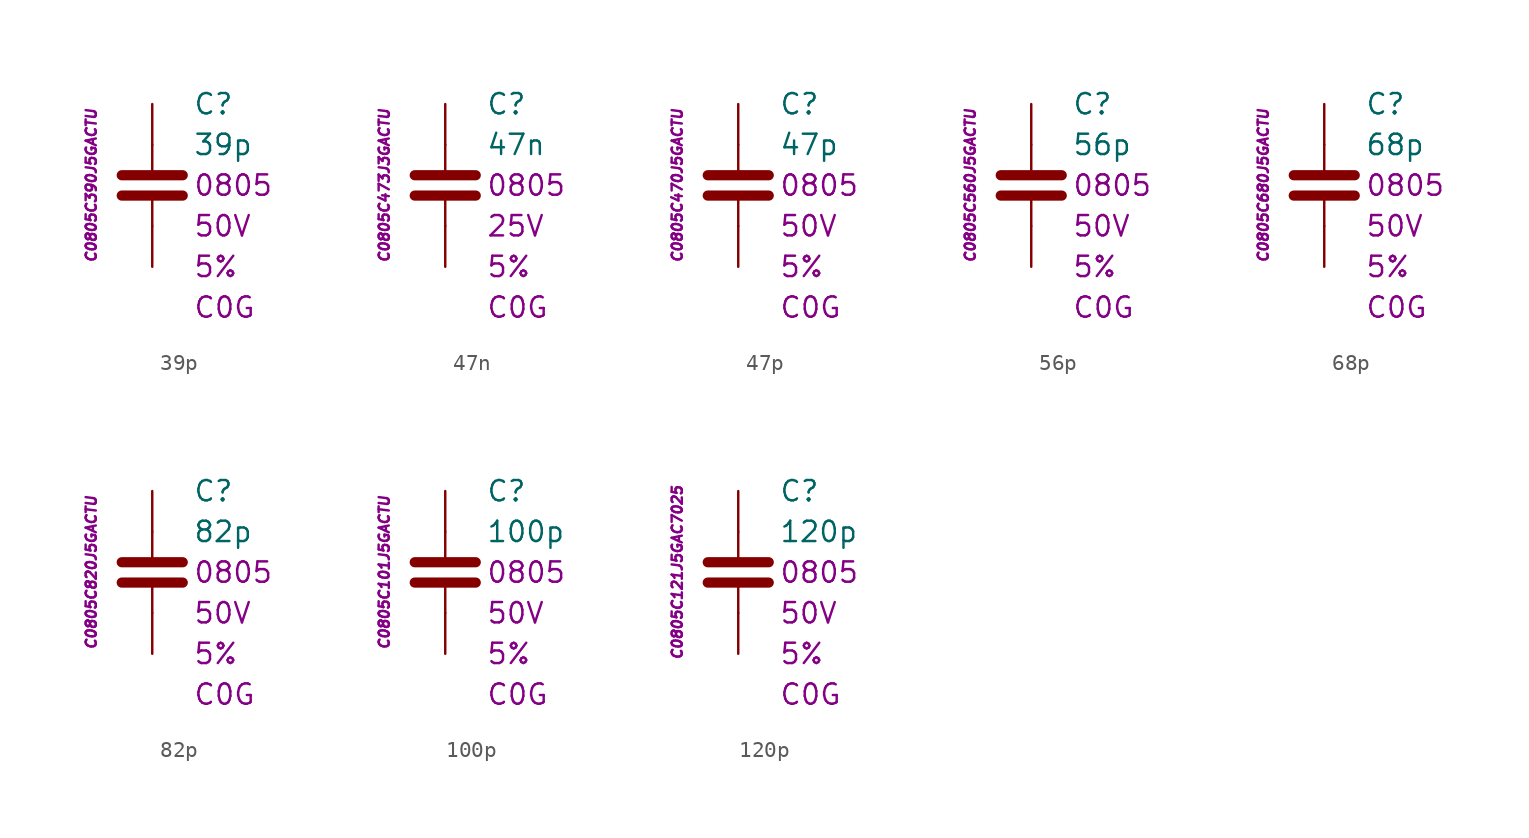
<source format=kicad_sym>
(kicad_symbol_lib
  (version 20201005)
  (generator kicad_symbol_editor)
  (symbol "C.Kemet.MLCC.0805.COG:39p"
    (pin_numbers hide)
    (pin_names
      (offset 1.016) hide)
    (property "Reference" "C"
      (at 2.54 5.08 0)
      (effects (font (size 1.27 1.27)) (justify left)))
    (property "Value" "39p"
      (at 2.54 2.54 0)
      (effects (font (size 1.27 1.27)) (justify left)))
    (property "Package" "0805"
      (at 2.54 0 0)
      (effects (font (size 1.27 1.27)) (justify left)))
    (property "Voltage" "50V"
      (at 2.54 -2.54 0)
      (effects (font (size 1.27 1.27)) (justify left)))
    (property "Tolerance" "5%"
      (at 2.54 -5.08 0)
      (effects (font (size 1.27 1.27)) (justify left)))
    (property "Dielectric" "C0G"
      (at 2.54 -7.62 0)
      (effects (font (size 1.27 1.27)) (justify left)))
    (property "ID" "C0805C390J5GACTU"
      (at -3.81 0 90)
      (effects (font (size 0.635 0.635) italic)))
    (symbol "39p_0_1"
      (polyline (pts (xy -1.905 -0.635) (xy 1.905 -0.635)) (stroke (width 0.635)) (fill (type none)))
      (polyline (pts (xy -1.905 0.635) (xy 1.905 0.635)) (stroke (width 0.635)) (fill (type none)))
      (polyline (pts (xy 0 -2.54) (xy 0 -0.635)) (stroke (width 0.152)) (fill (type none)))
      (polyline (pts (xy 0 0.635) (xy 0 2.54)) (stroke (width 0.152)) (fill (type none))))
    (symbol "39p_1_1"
      (pin passive line (at 0 5.08 270) (length 2.54) (name "~" (effects (font (size 1.778 1.778)))) (number "1" (effects (font (size 1.778 1.778)))))
      (pin passive line (at 0 -5.08 90) (length 2.54) (name "~" (effects (font (size 1.778 1.778)))) (number "2" (effects (font (size 1.778 1.778)))))))
  (symbol "C.Kemet.MLCC.0805.COG:47n"
    (pin_numbers hide)
    (pin_names
      (offset 1.016) hide)
    (property "Reference" "C"
      (at 2.54 5.08 0)
      (effects (font (size 1.27 1.27)) (justify left)))
    (property "Value" "47n"
      (at 2.54 2.54 0)
      (effects (font (size 1.27 1.27)) (justify left)))
    (property "Package" "0805"
      (at 2.54 0 0)
      (effects (font (size 1.27 1.27)) (justify left)))
    (property "Voltage" "25V"
      (at 2.54 -2.54 0)
      (effects (font (size 1.27 1.27)) (justify left)))
    (property "Tolerance" "5%"
      (at 2.54 -5.08 0)
      (effects (font (size 1.27 1.27)) (justify left)))
    (property "Dielectric" "C0G"
      (at 2.54 -7.62 0)
      (effects (font (size 1.27 1.27)) (justify left)))
    (property "ID" "C0805C473J3GACTU"
      (at -3.81 0 90)
      (effects (font (size 0.635 0.635) italic)))
    (symbol "47n_0_1"
      (polyline (pts (xy -1.905 -0.635) (xy 1.905 -0.635)) (stroke (width 0.635)) (fill (type none)))
      (polyline (pts (xy -1.905 0.635) (xy 1.905 0.635)) (stroke (width 0.635)) (fill (type none)))
      (polyline (pts (xy 0 -2.54) (xy 0 -0.635)) (stroke (width 0.152)) (fill (type none)))
      (polyline (pts (xy 0 0.635) (xy 0 2.54)) (stroke (width 0.152)) (fill (type none))))
    (symbol "47n_1_1"
      (pin passive line (at 0 5.08 270) (length 2.54) (name "~" (effects (font (size 1.778 1.778)))) (number "1" (effects (font (size 1.778 1.778)))))
      (pin passive line (at 0 -5.08 90) (length 2.54) (name "~" (effects (font (size 1.778 1.778)))) (number "2" (effects (font (size 1.778 1.778)))))))
  (symbol "C.Kemet.MLCC.0805.COG:47p"
    (pin_numbers hide)
    (pin_names
      (offset 1.016) hide)
    (property "Reference" "C"
      (at 2.54 5.08 0)
      (effects (font (size 1.27 1.27)) (justify left)))
    (property "Value" "47p"
      (at 2.54 2.54 0)
      (effects (font (size 1.27 1.27)) (justify left)))
    (property "Package" "0805"
      (at 2.54 0 0)
      (effects (font (size 1.27 1.27)) (justify left)))
    (property "Voltage" "50V"
      (at 2.54 -2.54 0)
      (effects (font (size 1.27 1.27)) (justify left)))
    (property "Tolerance" "5%"
      (at 2.54 -5.08 0)
      (effects (font (size 1.27 1.27)) (justify left)))
    (property "Dielectric" "C0G"
      (at 2.54 -7.62 0)
      (effects (font (size 1.27 1.27)) (justify left)))
    (property "ID" "C0805C470J5GACTU"
      (at -3.81 0 90)
      (effects (font (size 0.635 0.635) italic)))
    (symbol "47p_0_1"
      (polyline (pts (xy -1.905 -0.635) (xy 1.905 -0.635)) (stroke (width 0.635)) (fill (type none)))
      (polyline (pts (xy -1.905 0.635) (xy 1.905 0.635)) (stroke (width 0.635)) (fill (type none)))
      (polyline (pts (xy 0 -2.54) (xy 0 -0.635)) (stroke (width 0.152)) (fill (type none)))
      (polyline (pts (xy 0 0.635) (xy 0 2.54)) (stroke (width 0.152)) (fill (type none))))
    (symbol "47p_1_1"
      (pin passive line (at 0 5.08 270) (length 2.54) (name "~" (effects (font (size 1.778 1.778)))) (number "1" (effects (font (size 1.778 1.778)))))
      (pin passive line (at 0 -5.08 90) (length 2.54) (name "~" (effects (font (size 1.778 1.778)))) (number "2" (effects (font (size 1.778 1.778)))))))
  (symbol "C.Kemet.MLCC.0805.COG:56p"
    (pin_numbers hide)
    (pin_names
      (offset 1.016) hide)
    (property "Reference" "C"
      (at 2.54 5.08 0)
      (effects (font (size 1.27 1.27)) (justify left)))
    (property "Value" "56p"
      (at 2.54 2.54 0)
      (effects (font (size 1.27 1.27)) (justify left)))
    (property "Package" "0805"
      (at 2.54 0 0)
      (effects (font (size 1.27 1.27)) (justify left)))
    (property "Voltage" "50V"
      (at 2.54 -2.54 0)
      (effects (font (size 1.27 1.27)) (justify left)))
    (property "Tolerance" "5%"
      (at 2.54 -5.08 0)
      (effects (font (size 1.27 1.27)) (justify left)))
    (property "Dielectric" "C0G"
      (at 2.54 -7.62 0)
      (effects (font (size 1.27 1.27)) (justify left)))
    (property "ID" "C0805C560J5GACTU"
      (at -3.81 0 90)
      (effects (font (size 0.635 0.635) italic)))
    (symbol "56p_0_1"
      (polyline (pts (xy -1.905 -0.635) (xy 1.905 -0.635)) (stroke (width 0.635)) (fill (type none)))
      (polyline (pts (xy -1.905 0.635) (xy 1.905 0.635)) (stroke (width 0.635)) (fill (type none)))
      (polyline (pts (xy 0 -2.54) (xy 0 -0.635)) (stroke (width 0.152)) (fill (type none)))
      (polyline (pts (xy 0 0.635) (xy 0 2.54)) (stroke (width 0.152)) (fill (type none))))
    (symbol "56p_1_1"
      (pin passive line (at 0 5.08 270) (length 2.54) (name "~" (effects (font (size 1.778 1.778)))) (number "1" (effects (font (size 1.778 1.778)))))
      (pin passive line (at 0 -5.08 90) (length 2.54) (name "~" (effects (font (size 1.778 1.778)))) (number "2" (effects (font (size 1.778 1.778)))))))
  (symbol "C.Kemet.MLCC.0805.COG:68p"
    (pin_numbers hide)
    (pin_names
      (offset 1.016) hide)
    (property "Reference" "C"
      (at 2.54 5.08 0)
      (effects (font (size 1.27 1.27)) (justify left)))
    (property "Value" "68p"
      (at 2.54 2.54 0)
      (effects (font (size 1.27 1.27)) (justify left)))
    (property "Package" "0805"
      (at 2.54 0 0)
      (effects (font (size 1.27 1.27)) (justify left)))
    (property "Voltage" "50V"
      (at 2.54 -2.54 0)
      (effects (font (size 1.27 1.27)) (justify left)))
    (property "Tolerance" "5%"
      (at 2.54 -5.08 0)
      (effects (font (size 1.27 1.27)) (justify left)))
    (property "Dielectric" "C0G"
      (at 2.54 -7.62 0)
      (effects (font (size 1.27 1.27)) (justify left)))
    (property "ID" "C0805C680J5GACTU"
      (at -3.81 0 90)
      (effects (font (size 0.635 0.635) italic)))
    (symbol "68p_0_1"
      (polyline (pts (xy -1.905 -0.635) (xy 1.905 -0.635)) (stroke (width 0.635)) (fill (type none)))
      (polyline (pts (xy -1.905 0.635) (xy 1.905 0.635)) (stroke (width 0.635)) (fill (type none)))
      (polyline (pts (xy 0 -2.54) (xy 0 -0.635)) (stroke (width 0.152)) (fill (type none)))
      (polyline (pts (xy 0 0.635) (xy 0 2.54)) (stroke (width 0.152)) (fill (type none))))
    (symbol "68p_1_1"
      (pin passive line (at 0 5.08 270) (length 2.54) (name "~" (effects (font (size 1.778 1.778)))) (number "1" (effects (font (size 1.778 1.778)))))
      (pin passive line (at 0 -5.08 90) (length 2.54) (name "~" (effects (font (size 1.778 1.778)))) (number "2" (effects (font (size 1.778 1.778)))))))
  (symbol "C.Kemet.MLCC.0805.COG:82p"
    (pin_numbers hide)
    (pin_names
      (offset 1.016) hide)
    (property "Reference" "C"
      (at 2.54 5.08 0)
      (effects (font (size 1.27 1.27)) (justify left)))
    (property "Value" "82p"
      (at 2.54 2.54 0)
      (effects (font (size 1.27 1.27)) (justify left)))
    (property "Package" "0805"
      (at 2.54 0 0)
      (effects (font (size 1.27 1.27)) (justify left)))
    (property "Voltage" "50V"
      (at 2.54 -2.54 0)
      (effects (font (size 1.27 1.27)) (justify left)))
    (property "Tolerance" "5%"
      (at 2.54 -5.08 0)
      (effects (font (size 1.27 1.27)) (justify left)))
    (property "Dielectric" "C0G"
      (at 2.54 -7.62 0)
      (effects (font (size 1.27 1.27)) (justify left)))
    (property "ID" "C0805C820J5GACTU"
      (at -3.81 0 90)
      (effects (font (size 0.635 0.635) italic)))
    (symbol "82p_0_1"
      (polyline (pts (xy -1.905 -0.635) (xy 1.905 -0.635)) (stroke (width 0.635)) (fill (type none)))
      (polyline (pts (xy -1.905 0.635) (xy 1.905 0.635)) (stroke (width 0.635)) (fill (type none)))
      (polyline (pts (xy 0 -2.54) (xy 0 -0.635)) (stroke (width 0.152)) (fill (type none)))
      (polyline (pts (xy 0 0.635) (xy 0 2.54)) (stroke (width 0.152)) (fill (type none))))
    (symbol "82p_1_1"
      (pin passive line (at 0 5.08 270) (length 2.54) (name "~" (effects (font (size 1.778 1.778)))) (number "1" (effects (font (size 1.778 1.778)))))
      (pin passive line (at 0 -5.08 90) (length 2.54) (name "~" (effects (font (size 1.778 1.778)))) (number "2" (effects (font (size 1.778 1.778)))))))
  (symbol "C.Kemet.MLCC.0805.COG:100p"
    (pin_numbers hide)
    (pin_names
      (offset 1.016) hide)
    (property "Reference" "C"
      (at 2.54 5.08 0)
      (effects (font (size 1.27 1.27)) (justify left)))
    (property "Value" "100p"
      (at 2.54 2.54 0)
      (effects (font (size 1.27 1.27)) (justify left)))
    (property "Package" "0805"
      (at 2.54 0 0)
      (effects (font (size 1.27 1.27)) (justify left)))
    (property "Voltage" "50V"
      (at 2.54 -2.54 0)
      (effects (font (size 1.27 1.27)) (justify left)))
    (property "Tolerance" "5%"
      (at 2.54 -5.08 0)
      (effects (font (size 1.27 1.27)) (justify left)))
    (property "Dielectric" "C0G"
      (at 2.54 -7.62 0)
      (effects (font (size 1.27 1.27)) (justify left)))
    (property "ID" "C0805C101J5GACTU"
      (at -3.81 0 90)
      (effects (font (size 0.635 0.635) italic)))
    (symbol "100p_0_1"
      (polyline (pts (xy -1.905 -0.635) (xy 1.905 -0.635)) (stroke (width 0.635)) (fill (type none)))
      (polyline (pts (xy -1.905 0.635) (xy 1.905 0.635)) (stroke (width 0.635)) (fill (type none)))
      (polyline (pts (xy 0 -2.54) (xy 0 -0.635)) (stroke (width 0.152)) (fill (type none)))
      (polyline (pts (xy 0 0.635) (xy 0 2.54)) (stroke (width 0.152)) (fill (type none))))
    (symbol "100p_1_1"
      (pin passive line (at 0 5.08 270) (length 2.54) (name "~" (effects (font (size 1.778 1.778)))) (number "1" (effects (font (size 1.778 1.778)))))
      (pin passive line (at 0 -5.08 90) (length 2.54) (name "~" (effects (font (size 1.778 1.778)))) (number "2" (effects (font (size 1.778 1.778)))))))
  (symbol "C.Kemet.MLCC.0805.COG:120p"
    (pin_numbers hide)
    (pin_names
      (offset 1.016) hide)
    (property "Reference" "C"
      (at 2.54 5.08 0)
      (effects (font (size 1.27 1.27)) (justify left)))
    (property "Value" "120p"
      (at 2.54 2.54 0)
      (effects (font (size 1.27 1.27)) (justify left)))
    (property "Package" "0805"
      (at 2.54 0 0)
      (effects (font (size 1.27 1.27)) (justify left)))
    (property "Voltage" "50V"
      (at 2.54 -2.54 0)
      (effects (font (size 1.27 1.27)) (justify left)))
    (property "Tolerance" "5%"
      (at 2.54 -5.08 0)
      (effects (font (size 1.27 1.27)) (justify left)))
    (property "Dielectric" "C0G"
      (at 2.54 -7.62 0)
      (effects (font (size 1.27 1.27)) (justify left)))
    (property "ID" "C0805C121J5GAC7025"
      (at -3.81 0 90)
      (effects (font (size 0.635 0.635) italic)))
    (symbol "120p_0_1"
      (polyline (pts (xy -1.905 -0.635) (xy 1.905 -0.635)) (stroke (width 0.635)) (fill (type none)))
      (polyline (pts (xy -1.905 0.635) (xy 1.905 0.635)) (stroke (width 0.635)) (fill (type none)))
      (polyline (pts (xy 0 -2.54) (xy 0 -0.635)) (stroke (width 0.152)) (fill (type none)))
      (polyline (pts (xy 0 0.635) (xy 0 2.54)) (stroke (width 0.152)) (fill (type none))))
    (symbol "120p_1_1"
      (pin passive line (at 0 5.08 270) (length 2.54) (name "~" (effects (font (size 1.778 1.778)))) (number "1" (effects (font (size 1.778 1.778)))))
      (pin passive line (at 0 -5.08 90) (length 2.54) (name "~" (effects (font (size 1.778 1.778)))) (number "2" (effects (font (size 1.778 1.778))))))))
</source>
